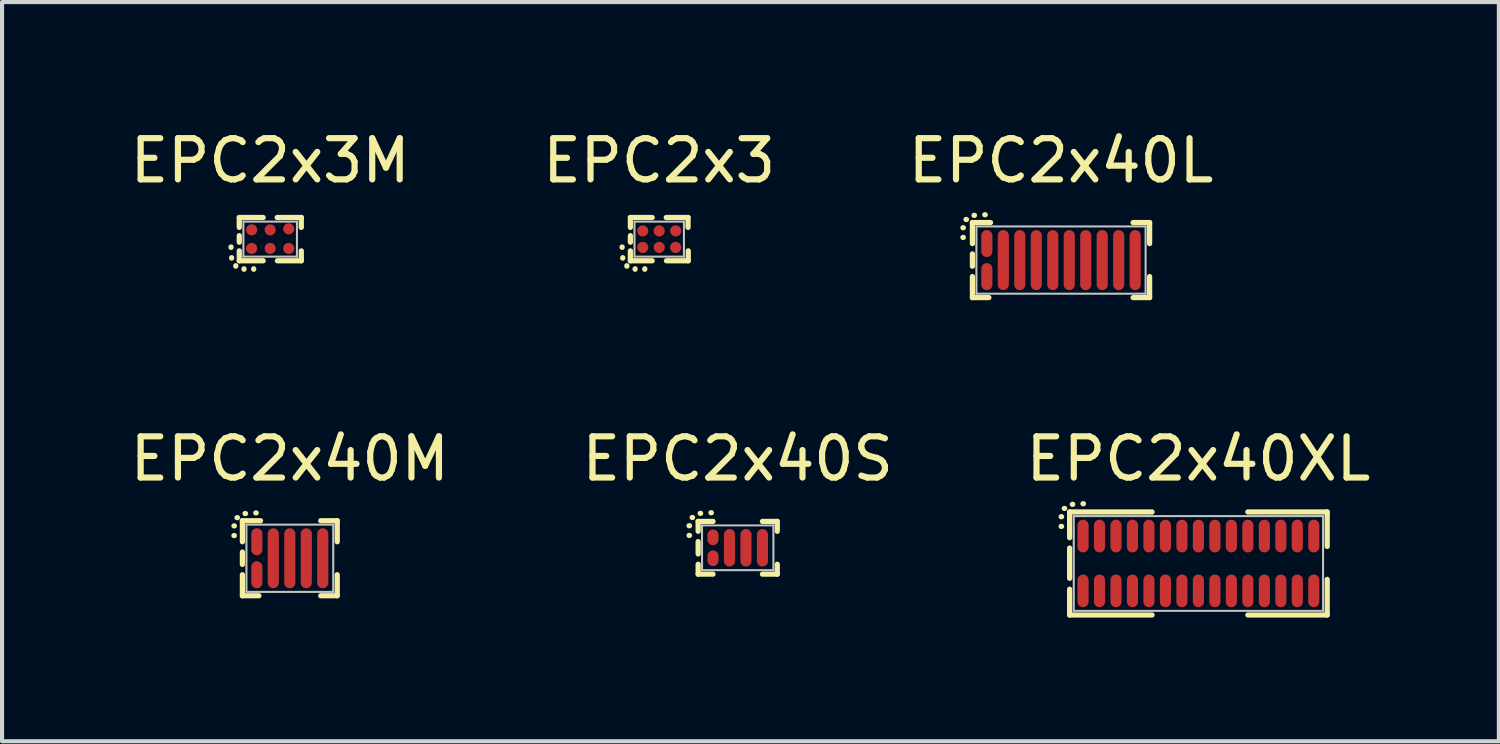
<source format=kicad_pcb>
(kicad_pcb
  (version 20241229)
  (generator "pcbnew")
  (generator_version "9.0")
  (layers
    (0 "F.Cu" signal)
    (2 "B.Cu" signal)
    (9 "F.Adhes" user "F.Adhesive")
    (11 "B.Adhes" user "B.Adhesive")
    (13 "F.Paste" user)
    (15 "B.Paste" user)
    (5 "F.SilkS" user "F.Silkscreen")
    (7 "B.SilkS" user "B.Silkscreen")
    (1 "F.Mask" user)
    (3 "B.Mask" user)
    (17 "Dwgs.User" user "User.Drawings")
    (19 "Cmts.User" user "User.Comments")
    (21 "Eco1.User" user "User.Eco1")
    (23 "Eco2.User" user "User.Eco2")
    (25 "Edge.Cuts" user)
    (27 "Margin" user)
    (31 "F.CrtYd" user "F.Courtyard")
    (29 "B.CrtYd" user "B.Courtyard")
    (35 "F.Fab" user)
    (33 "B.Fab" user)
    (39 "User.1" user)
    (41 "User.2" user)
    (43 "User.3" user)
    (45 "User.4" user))
  (footprint "EPC2x40L"
    (layer "F.Cu")
    (at 22.696 3.261)
    (property "Reference" "EPC2x40L" (at 0 -2.413 0) (layer "F.SilkS") (effects (font (size 1 1) (thickness 0.15))))
    (attr smd)
    (fp_line (start -2.38 -0.785) (end -2.37 -0.785) (stroke (width 0.127) (type solid)) (layer "F.SilkS"))
    (fp_line (start -2.38 -0.55) (end -2.37 -0.55) (stroke (width 0.127) (type solid)) (layer "F.SilkS"))
    (fp_line (start -2.305 -0.985) (end -2.295 -0.985) (stroke (width 0.127) (type solid)) (layer "F.SilkS"))
    (fp_line (start -2.15 -0.91) (end -1.71 -0.91) (stroke (width 0.127) (type solid)) (layer "F.SilkS"))
    (fp_line (start -2.15 -0.4) (end -2.15 -0.91) (stroke (width 0.127) (type solid)) (layer "F.SilkS"))
    (fp_line (start -2.15 0.15) (end -2.15 -0.15) (stroke (width 0.127) (type solid)) (layer "F.SilkS"))
    (fp_line (start -2.15 0.91) (end -2.15 0.4) (stroke (width 0.127) (type solid)) (layer "F.SilkS"))
    (fp_line (start -2.15 0.91) (end -1.75 0.91) (stroke (width 0.127) (type solid)) (layer "F.SilkS"))
    (fp_line (start -2.11 -1.085) (end -2.1 -1.085) (stroke (width 0.127) (type solid)) (layer "F.SilkS"))
    (fp_line (start -1.85 -1.1) (end -1.84 -1.1) (stroke (width 0.127) (type solid)) (layer "F.SilkS"))
    (fp_line (start 1.75 -0.91) (end 2.15 -0.91) (stroke (width 0.127) (type solid)) (layer "F.SilkS"))
    (fp_line (start 1.75 0.91) (end 2.15 0.91) (stroke (width 0.127) (type solid)) (layer "F.SilkS"))
    (fp_line (start 2.15 -0.4) (end 2.15 -0.91) (stroke (width 0.127) (type solid)) (layer "F.SilkS"))
    (fp_line (start 2.15 0.91) (end 2.15 0.4) (stroke (width 0.127) (type solid)) (layer "F.SilkS"))
    (fp_line (start -2.053 -0.816) (end 2.053 -0.816) (stroke (width 0.05) (type solid)) (layer "Dwgs.User"))
    (fp_line (start -2.053 0.816) (end -2.053 -0.816) (stroke (width 0.05) (type solid)) (layer "Dwgs.User"))
    (fp_line (start -2.053 0.816) (end 2.053 0.816) (stroke (width 0.05) (type solid)) (layer "Dwgs.User"))
    (fp_line (start 2.053 0.816) (end 2.053 -0.816) (stroke (width 0.05) (type solid)) (layer "Dwgs.User"))
    (pad "1" smd oval (at -1.8 -0.401 180) (size 0.27 0.655) (layers "F.Cu" "F.Mask" "F.Paste"))
    (pad "2" smd oval (at -1.8 0.401 180) (size 0.27 0.655) (layers "F.Cu" "F.Mask" "F.Paste"))
    (pad "3" smd oval (at -1.4 0 180) (size 0.27 1.457) (layers "F.Cu" "F.Mask" "F.Paste"))
    (pad "4" smd oval (at -1 0.001 180) (size 0.27 1.457) (layers "F.Cu" "F.Mask" "F.Paste"))
    (pad "5" smd oval (at -0.6 0.001 180) (size 0.27 1.457) (layers "F.Cu" "F.Mask" "F.Paste"))
    (pad "6" smd oval (at -0.2 0.001 180) (size 0.27 1.457) (layers "F.Cu" "F.Mask" "F.Paste"))
    (pad "7" smd oval (at 0.2 0.001 180) (size 0.27 1.457) (layers "F.Cu" "F.Mask" "F.Paste"))
    (pad "8" smd oval (at 0.6 0.001 180) (size 0.27 1.457) (layers "F.Cu" "F.Mask" "F.Paste"))
    (pad "9" smd oval (at 1 0.001 180) (size 0.27 1.457) (layers "F.Cu" "F.Mask" "F.Paste"))
    (pad "10" smd oval (at 1.4 0.001 180) (size 0.27 1.457) (layers "F.Cu" "F.Mask" "F.Paste"))
    (pad "11" smd oval (at 1.8 0.001 180) (size 0.27 1.457) (layers "F.Cu" "F.Mask" "F.Paste")))
  (footprint "EPC2x40M"
    (layer "F.Cu")
    (at 3.982 10.496)
    (property "Reference" "EPC2x40M" (at 0 -2.413 0) (layer "F.SilkS") (effects (font (size 1 1) (thickness 0.15))))
    (attr smd)
    (fp_line (start -1.355 -0.785) (end -1.345 -0.785) (stroke (width 0.127) (type solid)) (layer "F.SilkS"))
    (fp_line (start -1.355 -0.55) (end -1.345 -0.55) (stroke (width 0.127) (type solid)) (layer "F.SilkS"))
    (fp_line (start -1.28 -0.985) (end -1.27 -0.985) (stroke (width 0.127) (type solid)) (layer "F.SilkS"))
    (fp_line (start -1.15 -0.91) (end -0.71 -0.91) (stroke (width 0.127) (type solid)) (layer "F.SilkS"))
    (fp_line (start -1.15 -0.4) (end -1.15 -0.91) (stroke (width 0.127) (type solid)) (layer "F.SilkS"))
    (fp_line (start -1.15 0.15) (end -1.15 -0.15) (stroke (width 0.127) (type solid)) (layer "F.SilkS"))
    (fp_line (start -1.15 0.91) (end -1.15 0.4) (stroke (width 0.127) (type solid)) (layer "F.SilkS"))
    (fp_line (start -1.15 0.91) (end -0.75 0.91) (stroke (width 0.127) (type solid)) (layer "F.SilkS"))
    (fp_line (start -1.085 -1.085) (end -1.075 -1.085) (stroke (width 0.127) (type solid)) (layer "F.SilkS"))
    (fp_line (start -0.825 -1.1) (end -0.815 -1.1) (stroke (width 0.127) (type solid)) (layer "F.SilkS"))
    (fp_line (start 0.751 -0.91) (end 1.151 -0.91) (stroke (width 0.127) (type solid)) (layer "F.SilkS"))
    (fp_line (start 0.751 0.91) (end 1.151 0.91) (stroke (width 0.127) (type solid)) (layer "F.SilkS"))
    (fp_line (start 1.151 -0.4) (end 1.151 -0.91) (stroke (width 0.127) (type solid)) (layer "F.SilkS"))
    (fp_line (start 1.151 0.91) (end 1.151 0.4) (stroke (width 0.127) (type solid)) (layer "F.SilkS"))
    (fp_line (start -1.052 -0.816) (end 1.054 -0.816) (stroke (width 0.05) (type solid)) (layer "Dwgs.User"))
    (fp_line (start -1.052 0.816) (end -1.052 -0.816) (stroke (width 0.05) (type solid)) (layer "Dwgs.User"))
    (fp_line (start -1.052 0.816) (end 1.054 0.816) (stroke (width 0.05) (type solid)) (layer "Dwgs.User"))
    (fp_line (start 1.054 0.816) (end 1.054 -0.816) (stroke (width 0.05) (type solid)) (layer "Dwgs.User"))
    (pad "1" smd oval (at -0.8 -0.401 180) (size 0.27 0.655) (layers "F.Cu" "F.Mask" "F.Paste"))
    (pad "2" smd oval (at -0.8 0.401 180) (size 0.27 0.655) (layers "F.Cu" "F.Mask" "F.Paste"))
    (pad "3" smd oval (at -0.4 0 180) (size 0.27 1.457) (layers "F.Cu" "F.Mask" "F.Paste"))
    (pad "4" smd oval (at 0.00001 0.001 180) (size 0.27 1.457) (layers "F.Cu" "F.Mask" "F.Paste"))
    (pad "5" smd oval (at 0.4 0.001 180) (size 0.27 1.457) (layers "F.Cu" "F.Mask" "F.Paste"))
    (pad "6" smd oval (at 0.8 0.001 180) (size 0.27 1.457) (layers "F.Cu" "F.Mask" "F.Paste")))
  (footprint "EPC2x40XL"
    (layer "F.Cu")
    (at 26.03 10.623)
    (property "Reference" "EPC2x40XL" (at 0 -2.54 0) (layer "F.SilkS") (effects (font (size 1 1) (thickness 0.15))))
    (attr smd)
    (fp_line (start -3.33 -1.135) (end -3.32 -1.135) (stroke (width 0.127) (type solid)) (layer "F.SilkS"))
    (fp_line (start -3.33 -0.9) (end -3.32 -0.9) (stroke (width 0.127) (type solid)) (layer "F.SilkS"))
    (fp_line (start -3.255 -1.335) (end -3.245 -1.335) (stroke (width 0.127) (type solid)) (layer "F.SilkS"))
    (fp_line (start -3.125 -1.25) (end -1.125 -1.25) (stroke (width 0.127) (type solid)) (layer "F.SilkS"))
    (fp_line (start -3.125 -0.625) (end -3.125 -1.25) (stroke (width 0.127) (type solid)) (layer "F.SilkS"))
    (fp_line (start -3.125 0.36) (end -3.125 -0.375) (stroke (width 0.127) (type solid)) (layer "F.SilkS"))
    (fp_line (start -3.125 1.25) (end -3.125 0.625) (stroke (width 0.127) (type solid)) (layer "F.SilkS"))
    (fp_line (start -3.125 1.25) (end -1.125 1.25) (stroke (width 0.127) (type solid)) (layer "F.SilkS"))
    (fp_line (start -3.06 -1.435) (end -3.05 -1.435) (stroke (width 0.127) (type solid)) (layer "F.SilkS"))
    (fp_line (start -2.8 -1.45) (end -2.79 -1.45) (stroke (width 0.127) (type solid)) (layer "F.SilkS"))
    (fp_line (start 1.2 -1.25) (end 3.125 -1.25) (stroke (width 0.127) (type solid)) (layer "F.SilkS"))
    (fp_line (start 1.2 1.25) (end 3.125 1.25) (stroke (width 0.127) (type solid)) (layer "F.SilkS"))
    (fp_line (start 3.125 -0.414) (end 3.125 -1.25) (stroke (width 0.127) (type solid)) (layer "F.SilkS"))
    (fp_line (start 3.125 1.25) (end 3.125 0.386) (stroke (width 0.127) (type solid)) (layer "F.SilkS"))
    (fp_line (start -3.025 -1.15) (end 3.025 -1.15) (stroke (width 0.05) (type solid)) (layer "Dwgs.User"))
    (fp_line (start -3.025 1.15) (end -3.025 -1.15) (stroke (width 0.05) (type solid)) (layer "Dwgs.User"))
    (fp_line (start -3.025 1.15) (end 3.025 1.15) (stroke (width 0.05) (type solid)) (layer "Dwgs.User"))
    (fp_line (start 3.025 1.15) (end 3.025 -1.15) (stroke (width 0.05) (type solid)) (layer "Dwgs.User"))
    (pad "1" smd oval (at -2.8 -0.665) (size 0.27 0.794) (layers "F.Cu" "F.Mask" "F.Paste"))
    (pad "2" smd oval (at -2.8 0.665) (size 0.27 0.794) (layers "F.Cu" "F.Mask" "F.Paste"))
    (pad "3" smd oval (at -2.4 -0.665) (size 0.27 0.794) (layers "F.Cu" "F.Mask" "F.Paste"))
    (pad "4" smd oval (at -2.4 0.665) (size 0.27 0.794) (layers "F.Cu" "F.Mask" "F.Paste"))
    (pad "5" smd oval (at -2 -0.665) (size 0.27 0.794) (layers "F.Cu" "F.Mask" "F.Paste"))
    (pad "6" smd oval (at -2 0.665) (size 0.27 0.794) (layers "F.Cu" "F.Mask" "F.Paste"))
    (pad "7" smd oval (at -1.6 -0.665) (size 0.27 0.794) (layers "F.Cu" "F.Mask" "F.Paste"))
    (pad "8" smd oval (at -1.6 0.665) (size 0.27 0.794) (layers "F.Cu" "F.Mask" "F.Paste"))
    (pad "9" smd oval (at -1.2 -0.665) (size 0.27 0.795) (layers "F.Cu" "F.Mask" "F.Paste"))
    (pad "10" smd oval (at -1.2 0.665) (size 0.27 0.794) (layers "F.Cu" "F.Mask" "F.Paste"))
    (pad "11" smd oval (at -0.8 -0.665) (size 0.27 0.794) (layers "F.Cu" "F.Mask" "F.Paste"))
    (pad "12" smd oval (at -0.8 0.665) (size 0.27 0.794) (layers "F.Cu" "F.Mask" "F.Paste"))
    (pad "13" smd oval (at -0.4 -0.665) (size 0.27 0.794) (layers "F.Cu" "F.Mask" "F.Paste"))
    (pad "14" smd oval (at -0.4 0.665) (size 0.27 0.794) (layers "F.Cu" "F.Mask" "F.Paste"))
    (pad "15" smd oval (at 0 -0.665) (size 0.27 0.794) (layers "F.Cu" "F.Mask" "F.Paste"))
    (pad "16" smd oval (at 0 0.665) (size 0.27 0.794) (layers "F.Cu" "F.Mask" "F.Paste"))
    (pad "17" smd oval (at 0.4 -0.665) (size 0.27 0.794) (layers "F.Cu" "F.Mask" "F.Paste"))
    (pad "18" smd oval (at 0.4 0.665) (size 0.27 0.794) (layers "F.Cu" "F.Mask" "F.Paste"))
    (pad "19" smd oval (at 0.8 -0.665) (size 0.27 0.794) (layers "F.Cu" "F.Mask" "F.Paste"))
    (pad "20" smd oval (at 0.8 0.665) (size 0.27 0.794) (layers "F.Cu" "F.Mask" "F.Paste"))
    (pad "21" smd oval (at 1.2 -0.665) (size 0.27 0.794) (layers "F.Cu" "F.Mask" "F.Paste"))
    (pad "22" smd oval (at 1.2 0.665) (size 0.27 0.794) (layers "F.Cu" "F.Mask" "F.Paste"))
    (pad "23" smd oval (at 1.6 -0.665) (size 0.27 0.794) (layers "F.Cu" "F.Mask" "F.Paste"))
    (pad "24" smd oval (at 1.6 0.665) (size 0.27 0.794) (layers "F.Cu" "F.Mask" "F.Paste"))
    (pad "25" smd oval (at 2 -0.665) (size 0.27 0.794) (layers "F.Cu" "F.Mask" "F.Paste"))
    (pad "26" smd oval (at 2 0.665) (size 0.27 0.794) (layers "F.Cu" "F.Mask" "F.Paste"))
    (pad "27" smd oval (at 2.4 -0.665) (size 0.27 0.794) (layers "F.Cu" "F.Mask" "F.Paste"))
    (pad "28" smd oval (at 2.4 0.665) (size 0.27 0.794) (layers "F.Cu" "F.Mask" "F.Paste"))
    (pad "29" smd oval (at 2.8 -0.665) (size 0.27 0.794) (layers "F.Cu" "F.Mask" "F.Paste"))
    (pad "30" smd oval (at 2.8 0.665) (size 0.27 0.794) (layers "F.Cu" "F.Mask" "F.Paste")))
  (footprint "EPC2x40S"
    (layer "F.Cu")
    (at 14.851 10.242)
    (property "Reference" "EPC2x40S" (at 0 -2.159 0) (layer "F.SilkS") (effects (font (size 1 1) (thickness 0.15))))
    (attr smd)
    (fp_line (start -1.18 -0.535) (end -1.17 -0.535) (stroke (width 0.127) (type solid)) (layer "F.SilkS"))
    (fp_line (start -1.18 -0.3) (end -1.17 -0.3) (stroke (width 0.127) (type solid)) (layer "F.SilkS"))
    (fp_line (start -1.105 -0.735) (end -1.095 -0.735) (stroke (width 0.127) (type solid)) (layer "F.SilkS"))
    (fp_line (start -0.96 -0.64) (end -0.6 -0.64) (stroke (width 0.127) (type solid)) (layer "F.SilkS"))
    (fp_line (start -0.96 -0.4) (end -0.96 -0.64) (stroke (width 0.127) (type solid)) (layer "F.SilkS"))
    (fp_line (start -0.96 0.15) (end -0.96 -0.15) (stroke (width 0.127) (type solid)) (layer "F.SilkS"))
    (fp_line (start -0.96 0.64) (end -0.96 0.4) (stroke (width 0.127) (type solid)) (layer "F.SilkS"))
    (fp_line (start -0.96 0.64) (end -0.6 0.64) (stroke (width 0.127) (type solid)) (layer "F.SilkS"))
    (fp_line (start -0.91 -0.835) (end -0.9 -0.835) (stroke (width 0.127) (type solid)) (layer "F.SilkS"))
    (fp_line (start -0.65 -0.85) (end -0.64 -0.85) (stroke (width 0.127) (type solid)) (layer "F.SilkS"))
    (fp_line (start 0.6 -0.64) (end 0.96 -0.64) (stroke (width 0.127) (type solid)) (layer "F.SilkS"))
    (fp_line (start 0.6 0.64) (end 0.96 0.64) (stroke (width 0.127) (type solid)) (layer "F.SilkS"))
    (fp_line (start 0.96 -0.4) (end 0.96 -0.64) (stroke (width 0.127) (type solid)) (layer "F.SilkS"))
    (fp_line (start 0.96 0.64) (end 0.96 0.4) (stroke (width 0.127) (type solid)) (layer "F.SilkS"))
    (fp_line (start -0.866 -0.543) (end 0.866 -0.543) (stroke (width 0.05) (type solid)) (layer "Dwgs.User"))
    (fp_line (start -0.866 0.543) (end -0.866 -0.543) (stroke (width 0.05) (type solid)) (layer "Dwgs.User"))
    (fp_line (start -0.866 0.543) (end 0.866 0.543) (stroke (width 0.05) (type solid)) (layer "Dwgs.User"))
    (fp_line (start 0.866 0.543) (end 0.866 -0.543) (stroke (width 0.05) (type solid)) (layer "Dwgs.User"))
    (pad "1" smd oval (at -0.6 -0.254 180) (size 0.27 0.38) (layers "F.Cu" "F.Mask" "F.Paste"))
    (pad "2" smd oval (at -0.6 0.254 180) (size 0.27 0.38) (layers "F.Cu" "F.Mask" "F.Paste"))
    (pad "3" smd oval (at -0.2 0 180) (size 0.27 0.909) (layers "F.Cu" "F.Mask" "F.Paste"))
    (pad "4" smd oval (at 0.2 0 180) (size 0.27 0.909) (layers "F.Cu" "F.Mask" "F.Paste"))
    (pad "5" smd oval (at 0.6 0 180) (size 0.27 0.909) (layers "F.Cu" "F.Mask" "F.Paste")))
  (footprint "EPC2x3"
    (layer "F.Cu")
    (at 12.946 2.753)
    (property "Reference" "EPC2x3" (at 0 -1.905 0) (layer "F.SilkS") (effects (font (size 1 1) (thickness 0.15))))
    (attr smd)
    (fp_line (start -0.9 0.2) (end -0.9 0.19) (stroke (width 0.127) (type solid)) (layer "F.SilkS"))
    (fp_line (start -0.885 0.46) (end -0.885 0.45) (stroke (width 0.127) (type solid)) (layer "F.SilkS"))
    (fp_line (start -0.785 0.655) (end -0.785 0.645) (stroke (width 0.127) (type solid)) (layer "F.SilkS"))
    (fp_line (start -0.7 -0.525) (end -0.17 -0.525) (stroke (width 0.127) (type solid)) (layer "F.SilkS"))
    (fp_line (start -0.7 -0.285) (end -0.7 -0.525) (stroke (width 0.127) (type solid)) (layer "F.SilkS"))
    (fp_line (start -0.7 0.075) (end -0.7 -0.085) (stroke (width 0.127) (type solid)) (layer "F.SilkS"))
    (fp_line (start -0.7 0.525) (end -0.7 0.285) (stroke (width 0.127) (type solid)) (layer "F.SilkS"))
    (fp_line (start -0.7 0.525) (end -0.17 0.525) (stroke (width 0.127) (type solid)) (layer "F.SilkS"))
    (fp_line (start -0.585 0.73) (end -0.585 0.72) (stroke (width 0.127) (type solid)) (layer "F.SilkS"))
    (fp_line (start -0.35 0.73) (end -0.35 0.72) (stroke (width 0.127) (type solid)) (layer "F.SilkS"))
    (fp_line (start 0.17 -0.525) (end 0.7 -0.525) (stroke (width 0.127) (type solid)) (layer "F.SilkS"))
    (fp_line (start 0.175 0.525) (end 0.705 0.525) (stroke (width 0.127) (type solid)) (layer "F.SilkS"))
    (fp_line (start 0.7 -0.285) (end 0.7 -0.525) (stroke (width 0.127) (type solid)) (layer "F.SilkS"))
    (fp_line (start 0.705 0.525) (end 0.705 0.285) (stroke (width 0.127) (type solid)) (layer "F.SilkS"))
    (fp_line (start -0.6 -0.425) (end 0.6 -0.425) (stroke (width 0.05) (type solid)) (layer "Dwgs.User"))
    (fp_line (start -0.6 0.425) (end -0.6 -0.425) (stroke (width 0.05) (type solid)) (layer "Dwgs.User"))
    (fp_line (start -0.6 0.425) (end 0.6 0.425) (stroke (width 0.05) (type solid)) (layer "Dwgs.User"))
    (fp_line (start 0.6 0.425) (end 0.6 -0.425) (stroke (width 0.05) (type solid)) (layer "Dwgs.User"))
    (pad "1" smd circle (at -0.4 0.2) (size 0.27 0.27) (layers "F.Cu" "F.Mask" "F.Paste"))
    (pad "2" smd circle (at 0 0.2) (size 0.27 0.27) (layers "F.Cu" "F.Mask" "F.Paste"))
    (pad "3" smd circle (at 0.4 0.2) (size 0.27 0.27) (layers "F.Cu" "F.Mask" "F.Paste"))
    (pad "4" smd circle (at -0.4 -0.2) (size 0.27 0.27) (layers "F.Cu" "F.Mask" "F.Paste"))
    (pad "5" smd circle (at 0 -0.2) (size 0.27 0.27) (layers "F.Cu" "F.Mask" "F.Paste"))
    (pad "6" smd circle (at 0.4 -0.2) (size 0.27 0.27) (layers "F.Cu" "F.Mask" "F.Paste")))
  (footprint "EPC2x3M"
    (layer "F.Cu")
    (at 3.506 2.753)
    (property "Reference" "EPC2x3M" (at 0 -1.905 0) (layer "F.SilkS") (effects (font (size 1 1) (thickness 0.15))))
    (attr smd)
    (fp_line (start -0.95 0.2) (end -0.95 0.19) (stroke (width 0.127) (type solid)) (layer "F.SilkS"))
    (fp_line (start -0.935 0.46) (end -0.935 0.45) (stroke (width 0.127) (type solid)) (layer "F.SilkS"))
    (fp_line (start -0.835 0.655) (end -0.835 0.645) (stroke (width 0.127) (type solid)) (layer "F.SilkS"))
    (fp_line (start -0.75 -0.525) (end -0.17 -0.525) (stroke (width 0.127) (type solid)) (layer "F.SilkS"))
    (fp_line (start -0.75 -0.285) (end -0.75 -0.525) (stroke (width 0.127) (type solid)) (layer "F.SilkS"))
    (fp_line (start -0.75 0.075) (end -0.75 -0.085) (stroke (width 0.127) (type solid)) (layer "F.SilkS"))
    (fp_line (start -0.75 0.525) (end -0.75 0.285) (stroke (width 0.127) (type solid)) (layer "F.SilkS"))
    (fp_line (start -0.75 0.525) (end -0.17 0.525) (stroke (width 0.127) (type solid)) (layer "F.SilkS"))
    (fp_line (start -0.635 0.73) (end -0.635 0.72) (stroke (width 0.127) (type solid)) (layer "F.SilkS"))
    (fp_line (start -0.4 0.73) (end -0.4 0.72) (stroke (width 0.127) (type solid)) (layer "F.SilkS"))
    (fp_line (start 0.17 -0.525) (end 0.755 -0.525) (stroke (width 0.127) (type solid)) (layer "F.SilkS"))
    (fp_line (start 0.175 0.525) (end 0.755 0.525) (stroke (width 0.127) (type solid)) (layer "F.SilkS"))
    (fp_line (start 0.755 -0.285) (end 0.755 -0.525) (stroke (width 0.127) (type solid)) (layer "F.SilkS"))
    (fp_line (start 0.755 0.525) (end 0.755 0.285) (stroke (width 0.127) (type solid)) (layer "F.SilkS"))
    (fp_line (start -0.65 -0.425) (end 0.65 -0.425) (stroke (width 0.05) (type solid)) (layer "Dwgs.User"))
    (fp_line (start -0.65 0.425) (end -0.65 -0.425) (stroke (width 0.05) (type solid)) (layer "Dwgs.User"))
    (fp_line (start -0.65 0.425) (end 0.65 0.425) (stroke (width 0.05) (type solid)) (layer "Dwgs.User"))
    (fp_line (start 0.65 0.425) (end 0.65 -0.425) (stroke (width 0.05) (type solid)) (layer "Dwgs.User"))
    (pad "1" smd circle (at -0.45 0.225) (size 0.27 0.27) (layers "F.Cu" "F.Mask" "F.Paste"))
    (pad "2" smd circle (at 0 0.225) (size 0.27 0.27) (layers "F.Cu" "F.Mask" "F.Paste"))
    (pad "3" smd circle (at 0.45 0.225) (size 0.27 0.27) (layers "F.Cu" "F.Mask" "F.Paste"))
    (pad "4" smd circle (at -0.45 -0.225) (size 0.27 0.27) (layers "F.Cu" "F.Mask" "F.Paste"))
    (pad "5" smd circle (at 0 -0.225) (size 0.27 0.27) (layers "F.Cu" "F.Mask" "F.Paste"))
    (pad "6" smd circle (at 0.45 -0.25) (size 0.27 0.27) (layers "F.Cu" "F.Mask" "F.Paste")))
  (gr_rect
    (start -3 -3)
    (end 33.321 14.937)
    (stroke (width 0.1) (type default))
    (fill no)
    (layer "Edge.Cuts")))
</source>
